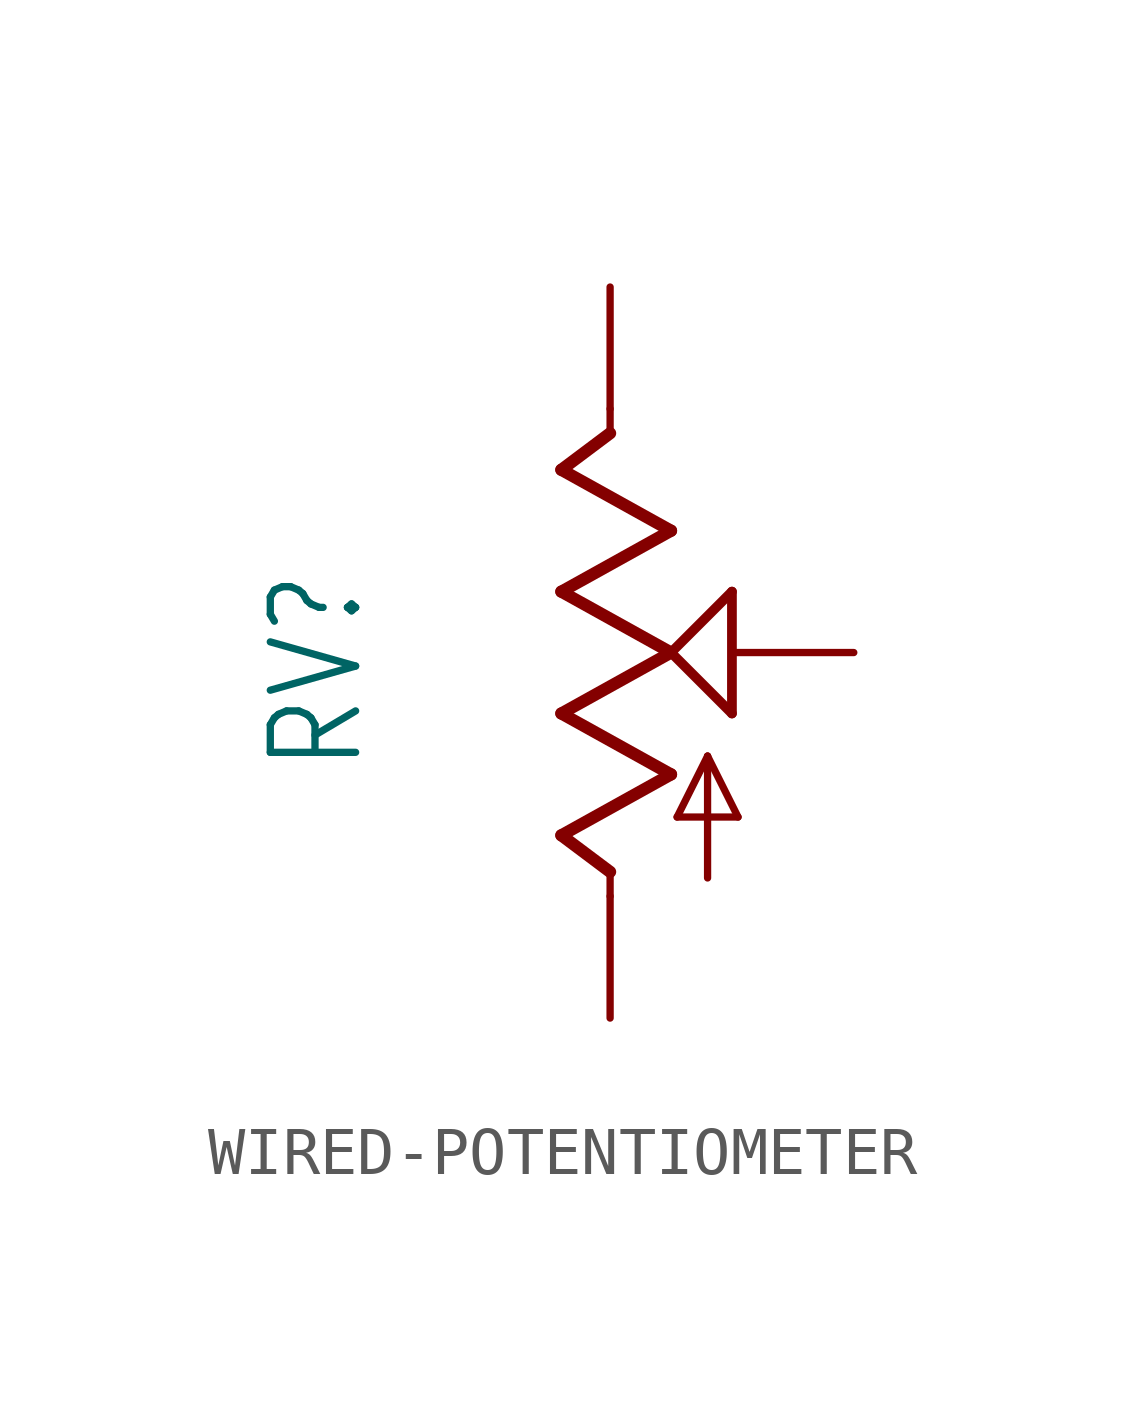
<source format=kicad_sym>
(kicad_symbol_lib
  (version 20231120)
  (generator "kicad_symbol_editor")
  (generator_version "8.0")
  (symbol "WIRED-POTENTIOMETER"
    (property "Reference" "RV"
      (at -5.08 -2.54 90)
      (effects (font (size 1.778 1.511)) (justify left bottom)))
    (property "Value" ""
      (at -2.54 -2.54 90)
      (effects (font (size 1.778 1.511)) (justify left bottom)))
    (property "ki_locked" ""
      (at 0 0 0)
      (effects (font (size 1.27 1.27))))
    (symbol "WIRED-POTENTIOMETER_1_0"
      (polyline (pts (xy -1.016 -3.81) (xy 1.27 -2.54)) (stroke (width 0.254) (type solid)) (fill (type none)))
      (polyline (pts (xy -1.016 -1.27) (xy 1.27 0)) (stroke (width 0.254) (type solid)) (fill (type none)))
      (polyline (pts (xy -1.016 1.27) (xy 1.27 2.54)) (stroke (width 0.254) (type solid)) (fill (type none)))
      (polyline (pts (xy -1.016 3.81) (xy 0 4.572)) (stroke (width 0.254) (type solid)) (fill (type none)))
      (polyline (pts (xy 0 -5.08) (xy 0 -4.572)) (stroke (width 0.152) (type solid)) (fill (type none)))
      (polyline (pts (xy 0 -4.572) (xy -1.016 -3.81)) (stroke (width 0.254) (type solid)) (fill (type none)))
      (polyline (pts (xy 0 4.572) (xy 0 5.08)) (stroke (width 0.152) (type solid)) (fill (type none)))
      (polyline (pts (xy 1.27 -2.54) (xy -1.016 -1.27)) (stroke (width 0.254) (type solid)) (fill (type none)))
      (polyline (pts (xy 1.27 0) (xy -1.016 1.27)) (stroke (width 0.254) (type solid)) (fill (type none)))
      (polyline (pts (xy 1.27 0) (xy 2.54 1.27)) (stroke (width 0.203) (type solid)) (fill (type none)))
      (polyline (pts (xy 1.27 2.54) (xy -1.016 3.81)) (stroke (width 0.254) (type solid)) (fill (type none)))
      (polyline (pts (xy 1.397 -3.429) (xy 2.032 -2.159)) (stroke (width 0.152) (type solid)) (fill (type none)))
      (polyline (pts (xy 2.032 -4.699) (xy 2.032 -2.159)) (stroke (width 0.152) (type solid)) (fill (type none)))
      (polyline (pts (xy 2.032 -2.159) (xy 2.667 -3.429)) (stroke (width 0.152) (type solid)) (fill (type none)))
      (polyline (pts (xy 2.54 -1.27) (xy 1.27 0)) (stroke (width 0.203) (type solid)) (fill (type none)))
      (polyline (pts (xy 2.54 1.27) (xy 2.54 -1.27)) (stroke (width 0.203) (type solid)) (fill (type none)))
      (polyline (pts (xy 2.667 -3.429) (xy 1.397 -3.429)) (stroke (width 0.152) (type solid)) (fill (type none)))
      (pin passive line (at 0 -7.62 90) (length 2.54) (name "A" (effects (font (size 0 0)))) (number "1" (effects (font (size 0 0)))))
      (pin passive line (at 5.08 0 180) (length 2.54) (name "S" (effects (font (size 0 0)))) (number "2" (effects (font (size 0 0)))))
      (pin passive line (at 0 7.62 270) (length 2.54) (name "E" (effects (font (size 0 0)))) (number "3" (effects (font (size 0 0))))))))
</source>
